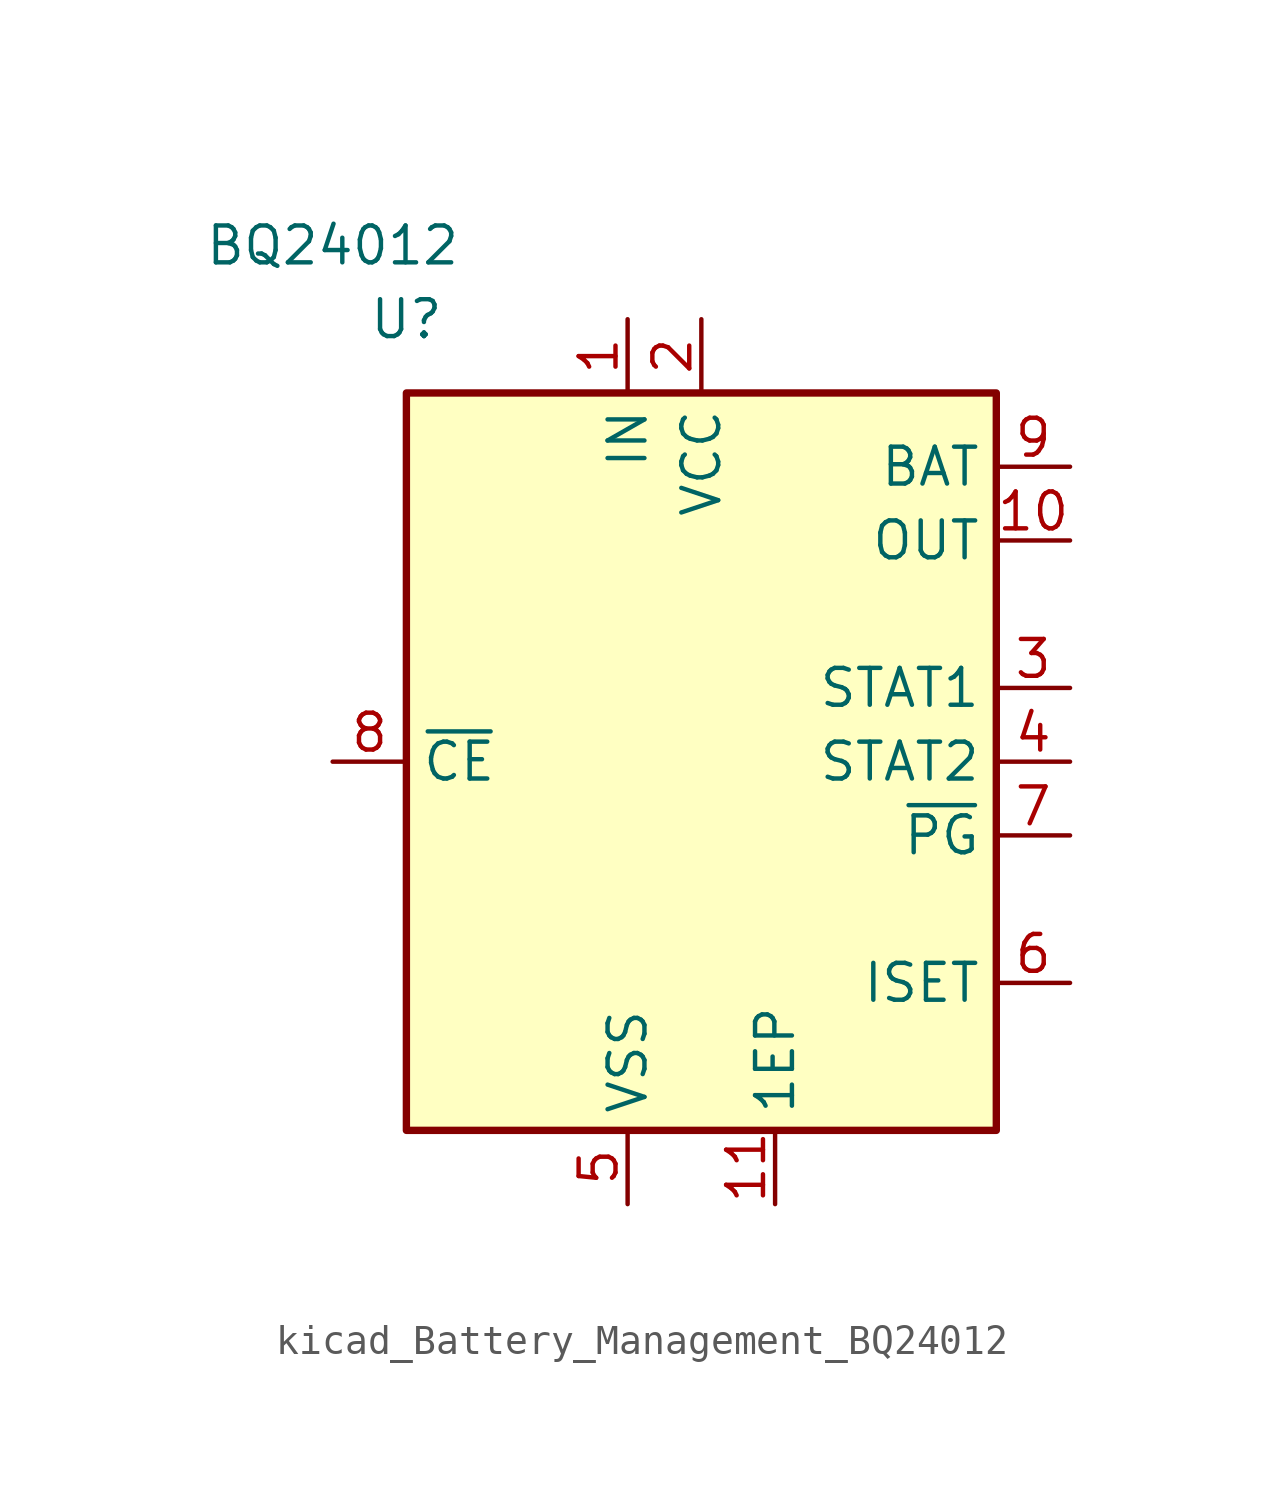
<source format=kicad_sym>
(kicad_symbol_lib
  (version 20220914)
  (generator kicad_symbol_editor)
  (symbol "kicad_Battery_Management_BQ24012"
    (property "Reference" "U"
      (at -10.16 15.24 0)
      (effects (font (size 1.27 1.27))))
    (property "Value" "BQ24012"
      (at -12.7 17.78 0)
      (effects (font (size 1.27 1.27))))
    (symbol "kicad_Battery_Management_BQ24012_0_1"
      (rectangle (start -10.16 12.7) (end 10.16 -12.7) (stroke (width 0.254) (type default)) (fill (type background))))
    (symbol "kicad_Battery_Management_BQ24012_1_1"
      (pin power_in line (at -2.54 15.24 270) (length 2.54) (name "IN" (effects (font (size 1.27 1.27)))) (number "1" (effects (font (size 1.27 1.27)))))
      (pin power_out line (at 12.7 7.62 180) (length 2.54) (name "OUT" (effects (font (size 1.27 1.27)))) (number "10" (effects (font (size 1.27 1.27)))))
      (pin passive line (at 2.54 -15.24 90) (length 2.54) (name "1EP" (effects (font (size 1.27 1.27)))) (number "11" (effects (font (size 1.27 1.27)))))
      (pin power_in line (at 0 15.24 270) (length 2.54) (name "VCC" (effects (font (size 1.27 1.27)))) (number "2" (effects (font (size 1.27 1.27)))))
      (pin open_collector line (at 12.7 2.54 180) (length 2.54) (name "STAT1" (effects (font (size 1.27 1.27)))) (number "3" (effects (font (size 1.27 1.27)))))
      (pin open_collector line (at 12.7 0 180) (length 2.54) (name "STAT2" (effects (font (size 1.27 1.27)))) (number "4" (effects (font (size 1.27 1.27)))))
      (pin power_in line (at -2.54 -15.24 90) (length 2.54) (name "VSS" (effects (font (size 1.27 1.27)))) (number "5" (effects (font (size 1.27 1.27)))))
      (pin output line (at 12.7 -7.62 180) (length 2.54) (name "ISET" (effects (font (size 1.27 1.27)))) (number "6" (effects (font (size 1.27 1.27)))))
      (pin open_collector line (at 12.7 -2.54 180) (length 2.54) (name "~{PG}" (effects (font (size 1.27 1.27)))) (number "7" (effects (font (size 1.27 1.27)))))
      (pin input line (at -12.7 0 0) (length 2.54) (name "~{CE}" (effects (font (size 1.27 1.27)))) (number "8" (effects (font (size 1.27 1.27)))))
      (pin input line (at 12.7 10.16 180) (length 2.54) (name "BAT" (effects (font (size 1.27 1.27)))) (number "9" (effects (font (size 1.27 1.27))))))))
</source>
